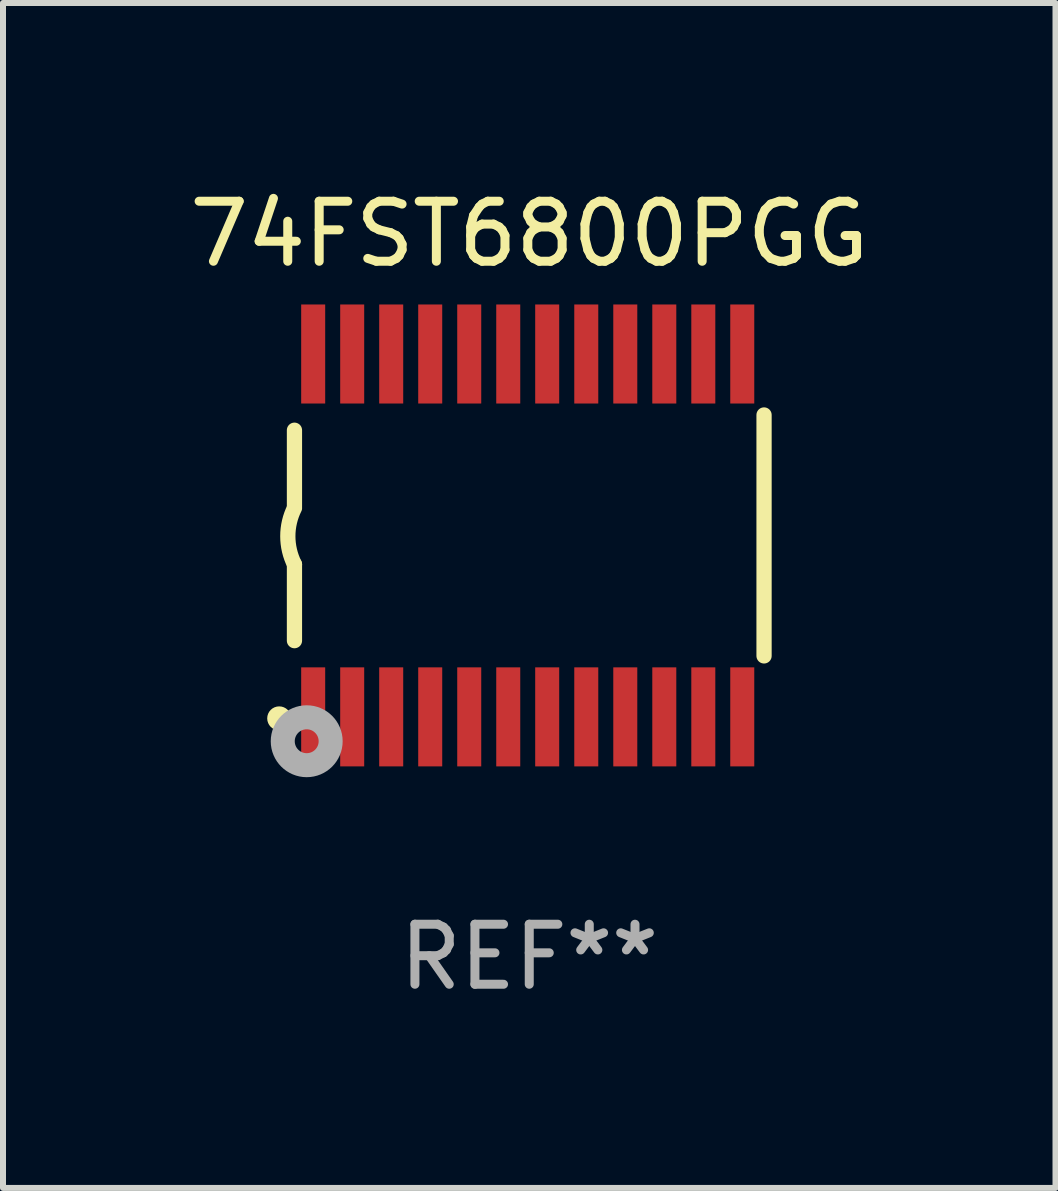
<source format=kicad_pcb>
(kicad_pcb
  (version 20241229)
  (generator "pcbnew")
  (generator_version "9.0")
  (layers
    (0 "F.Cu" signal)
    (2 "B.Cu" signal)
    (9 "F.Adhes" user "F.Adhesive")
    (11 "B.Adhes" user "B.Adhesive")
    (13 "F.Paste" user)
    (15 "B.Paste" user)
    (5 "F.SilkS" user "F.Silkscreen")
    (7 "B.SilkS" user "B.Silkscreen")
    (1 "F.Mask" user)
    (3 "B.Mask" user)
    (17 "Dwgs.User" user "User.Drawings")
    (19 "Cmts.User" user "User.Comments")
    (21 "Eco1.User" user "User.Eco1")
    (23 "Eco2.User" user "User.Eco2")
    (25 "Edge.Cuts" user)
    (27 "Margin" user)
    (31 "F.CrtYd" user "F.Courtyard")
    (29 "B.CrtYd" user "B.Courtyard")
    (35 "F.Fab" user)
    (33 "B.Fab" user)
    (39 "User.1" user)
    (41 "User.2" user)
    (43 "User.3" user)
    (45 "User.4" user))
  (footprint "74FST6800PGG"
    (layer "F.Cu")
    (at 5.768 5.871)
    (property "Reference" "74FST6800PGG" (at 0 -5.023 0) (layer "F.SilkS") (effects (font (size 1 1) (thickness 0.15))))
    (attr through_hole)
    (fp_line (start -3.912 -0.483) (end -3.912 -1.753) (stroke (width 0.254) (type solid)) (layer "F.SilkS"))
    (fp_line (start -3.912 1.753) (end -3.912 0.483) (stroke (width 0.254) (type solid)) (layer "F.SilkS"))
    (fp_line (start 3.912 -2.007) (end 3.912 2.007) (stroke (width 0.254) (type solid)) (layer "F.SilkS"))
    (fp_arc (start -3.911608 0.482601) (mid -4.022537 0.0127) (end -3.911608 -0.457201) (stroke (width 0.254001) (type solid)) (layer "F.SilkS"))
    (fp_circle (center -4.166 3.048) (end -4.066 3.048) (stroke (width 0.2) (type solid)) (fill no) (layer "F.SilkS"))
    (fp_circle (center -3.925 3.186) (end -3.895 3.186) (stroke (width 0.06) (type solid)) (fill no) (layer "F.SilkS"))
    (fp_circle (center -3.708 3.429) (end -3.509 3.429) (stroke (width 0.4) (type solid)) (fill no) (layer "F.Fab"))
    (fp_text user "REF**" (at 0 7.023 0) (layer "F.Fab") (effects (font (size 1 1) (thickness 0.15))))
    (pad "1" smd rect (at -3.6 3.023) (size 0.4 1.65) (layers "F.Cu" "F.Mask" "F.Paste"))
    (pad "2" smd rect (at -2.95 3.023) (size 0.4 1.65) (layers "F.Cu" "F.Mask" "F.Paste"))
    (pad "3" smd rect (at -2.3 3.023) (size 0.4 1.65) (layers "F.Cu" "F.Mask" "F.Paste"))
    (pad "4" smd rect (at -1.65 3.023) (size 0.4 1.65) (layers "F.Cu" "F.Mask" "F.Paste"))
    (pad "5" smd rect (at -1 3.023) (size 0.4 1.65) (layers "F.Cu" "F.Mask" "F.Paste"))
    (pad "6" smd rect (at -0.35 3.023) (size 0.4 1.65) (layers "F.Cu" "F.Mask" "F.Paste"))
    (pad "7" smd rect (at 0.299 3.023) (size 0.4 1.65) (layers "F.Cu" "F.Mask" "F.Paste"))
    (pad "8" smd rect (at 0.95 3.023) (size 0.4 1.65) (layers "F.Cu" "F.Mask" "F.Paste"))
    (pad "9" smd rect (at 1.6 3.023) (size 0.4 1.65) (layers "F.Cu" "F.Mask" "F.Paste"))
    (pad "10" smd rect (at 2.25 3.023) (size 0.4 1.65) (layers "F.Cu" "F.Mask" "F.Paste"))
    (pad "11" smd rect (at 2.9 3.023) (size 0.4 1.65) (layers "F.Cu" "F.Mask" "F.Paste"))
    (pad "12" smd rect (at 3.549 3.023) (size 0.4 1.65) (layers "F.Cu" "F.Mask" "F.Paste"))
    (pad "13" smd rect (at 3.549 -3.023) (size 0.4 1.65) (layers "F.Cu" "F.Mask" "F.Paste"))
    (pad "14" smd rect (at 2.9 -3.023) (size 0.4 1.65) (layers "F.Cu" "F.Mask" "F.Paste"))
    (pad "15" smd rect (at 2.25 -3.023) (size 0.4 1.65) (layers "F.Cu" "F.Mask" "F.Paste"))
    (pad "16" smd rect (at 1.6 -3.023) (size 0.4 1.65) (layers "F.Cu" "F.Mask" "F.Paste"))
    (pad "17" smd rect (at 0.95 -3.023) (size 0.4 1.65) (layers "F.Cu" "F.Mask" "F.Paste"))
    (pad "18" smd rect (at 0.299 -3.023) (size 0.4 1.65) (layers "F.Cu" "F.Mask" "F.Paste"))
    (pad "19" smd rect (at -0.35 -3.023) (size 0.4 1.65) (layers "F.Cu" "F.Mask" "F.Paste"))
    (pad "20" smd rect (at -1 -3.023) (size 0.4 1.65) (layers "F.Cu" "F.Mask" "F.Paste"))
    (pad "21" smd rect (at -1.65 -3.023) (size 0.4 1.65) (layers "F.Cu" "F.Mask" "F.Paste"))
    (pad "22" smd rect (at -2.3 -3.023) (size 0.4 1.65) (layers "F.Cu" "F.Mask" "F.Paste"))
    (pad "23" smd rect (at -2.95 -3.023) (size 0.4 1.65) (layers "F.Cu" "F.Mask" "F.Paste"))
    (pad "24" smd rect (at -3.6 -3.023) (size 0.4 1.65) (layers "F.Cu" "F.Mask" "F.Paste")))
  (gr_rect
    (start -3 -3)
    (end 14.536 16.742)
    (stroke (width 0.1) (type default))
    (fill no)
    (layer "Edge.Cuts")))
</source>
